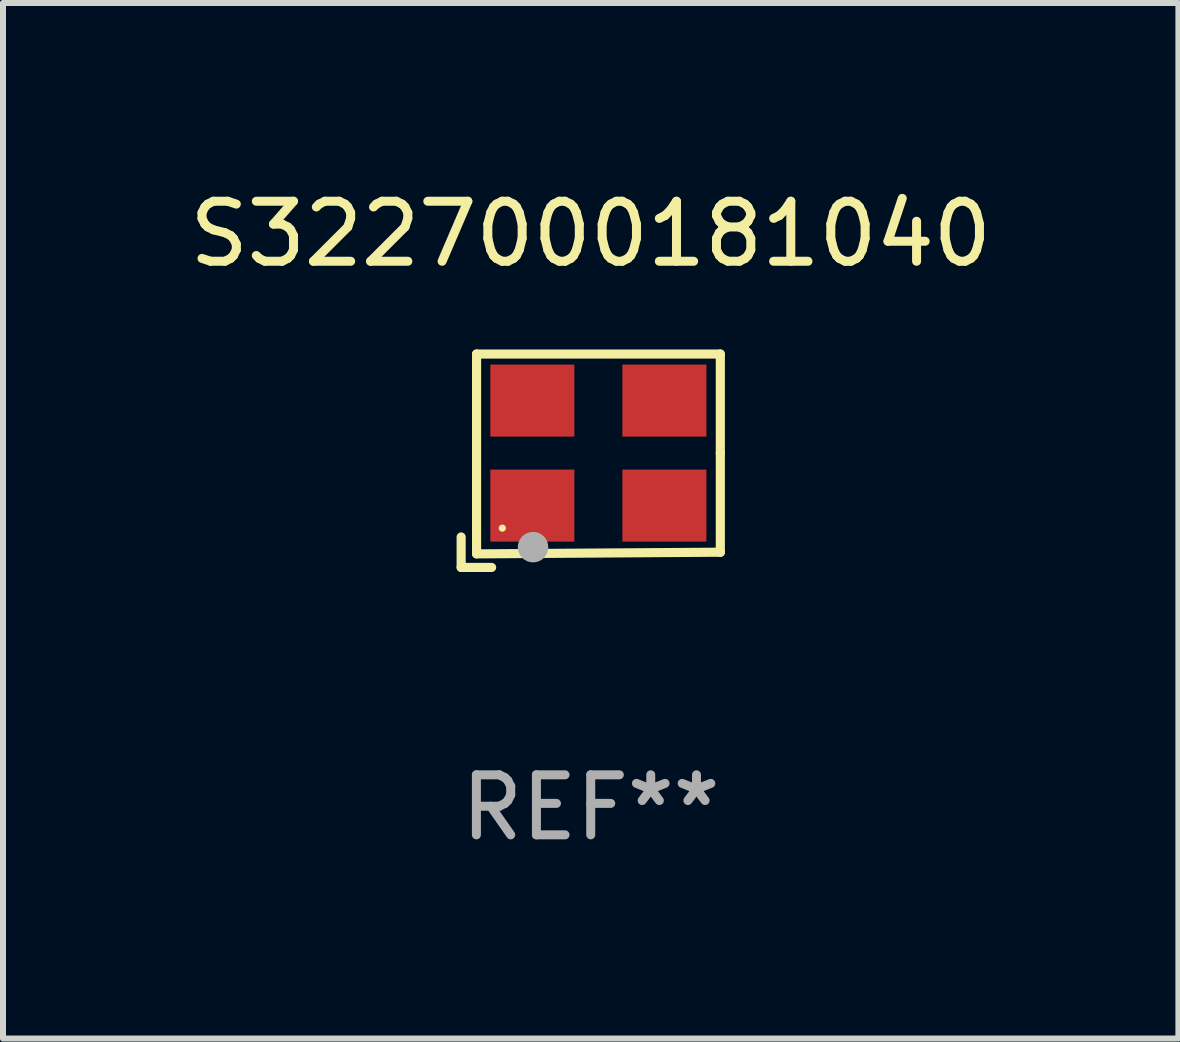
<source format=kicad_pcb>
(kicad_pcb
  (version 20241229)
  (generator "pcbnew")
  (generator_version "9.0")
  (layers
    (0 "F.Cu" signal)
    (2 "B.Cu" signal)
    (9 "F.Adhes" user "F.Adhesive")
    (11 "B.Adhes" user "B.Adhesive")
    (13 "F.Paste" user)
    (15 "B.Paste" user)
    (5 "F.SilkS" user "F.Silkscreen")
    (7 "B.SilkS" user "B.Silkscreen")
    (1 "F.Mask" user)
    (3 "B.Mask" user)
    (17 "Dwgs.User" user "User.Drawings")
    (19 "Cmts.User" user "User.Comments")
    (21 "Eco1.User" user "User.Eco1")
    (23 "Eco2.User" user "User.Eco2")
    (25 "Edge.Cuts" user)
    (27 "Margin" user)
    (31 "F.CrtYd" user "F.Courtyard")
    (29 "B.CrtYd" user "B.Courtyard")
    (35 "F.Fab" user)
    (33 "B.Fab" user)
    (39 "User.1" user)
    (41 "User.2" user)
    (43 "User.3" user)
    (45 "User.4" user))
  (footprint "S3227000181040"
    (layer "F.Cu")
    (at 6.792 4.626)
    (property "Reference" "S3227000181040" (at 0 -3.778 0) (layer "F.SilkS") (effects (font (size 1 1) (thickness 0.15))))
    (attr through_hole)
    (fp_line (start -2.159 1.27) (end -2.159 1.778) (stroke (width 0.152) (type solid)) (layer "F.SilkS"))
    (fp_line (start -2.159 1.778) (end -1.651 1.778) (stroke (width 0.152) (type solid)) (layer "F.SilkS"))
    (fp_line (start -1.902 -1.778) (end 2.159 -1.778) (stroke (width 0.152) (type solid)) (layer "F.SilkS"))
    (fp_line (start -1.902 1.552) (end -1.902 -1.778) (stroke (width 0.152) (type solid)) (layer "F.SilkS"))
    (fp_line (start 2.159 -1.778) (end 2.159 -0.127) (stroke (width 0.152) (type solid)) (layer "F.SilkS"))
    (fp_line (start 2.159 -0.127) (end 2.159 1.524) (stroke (width 0.152) (type solid)) (layer "F.SilkS"))
    (fp_line (start 2.159 1.524) (end -1.902 1.552) (stroke (width 0.152) (type solid)) (layer "F.SilkS"))
    (fp_line (start 2.159 1.524) (end 2.159 1.524) (stroke (width 0.152) (type solid)) (layer "F.SilkS"))
    (fp_circle (center -1.473 1.123) (end -1.443 1.123) (stroke (width 0.06) (type solid)) (fill no) (layer "F.SilkS"))
    (fp_circle (center -0.961 1.44) (end -0.834 1.44) (stroke (width 0.254) (type solid)) (fill no) (layer "F.Fab"))
    (fp_text user "REF**" (at 0 5.778 0) (layer "F.Fab") (effects (font (size 1 1) (thickness 0.15))))
    (pad "1" smd rect (at -0.973 0.748) (size 1.4 1.2) (layers "F.Cu" "F.Mask" "F.Paste"))
    (pad "2" smd rect (at 1.227 0.748) (size 1.4 1.2) (layers "F.Cu" "F.Mask" "F.Paste"))
    (pad "3" smd rect (at 1.227 -1.002) (size 1.4 1.2) (layers "F.Cu" "F.Mask" "F.Paste"))
    (pad "4" smd rect (at -0.973 -1.002) (size 1.4 1.2) (layers "F.Cu" "F.Mask" "F.Paste")))
  (gr_rect
    (start -3 -3)
    (end 16.583 14.253)
    (stroke (width 0.1) (type default))
    (fill no)
    (layer "Edge.Cuts")))
</source>
